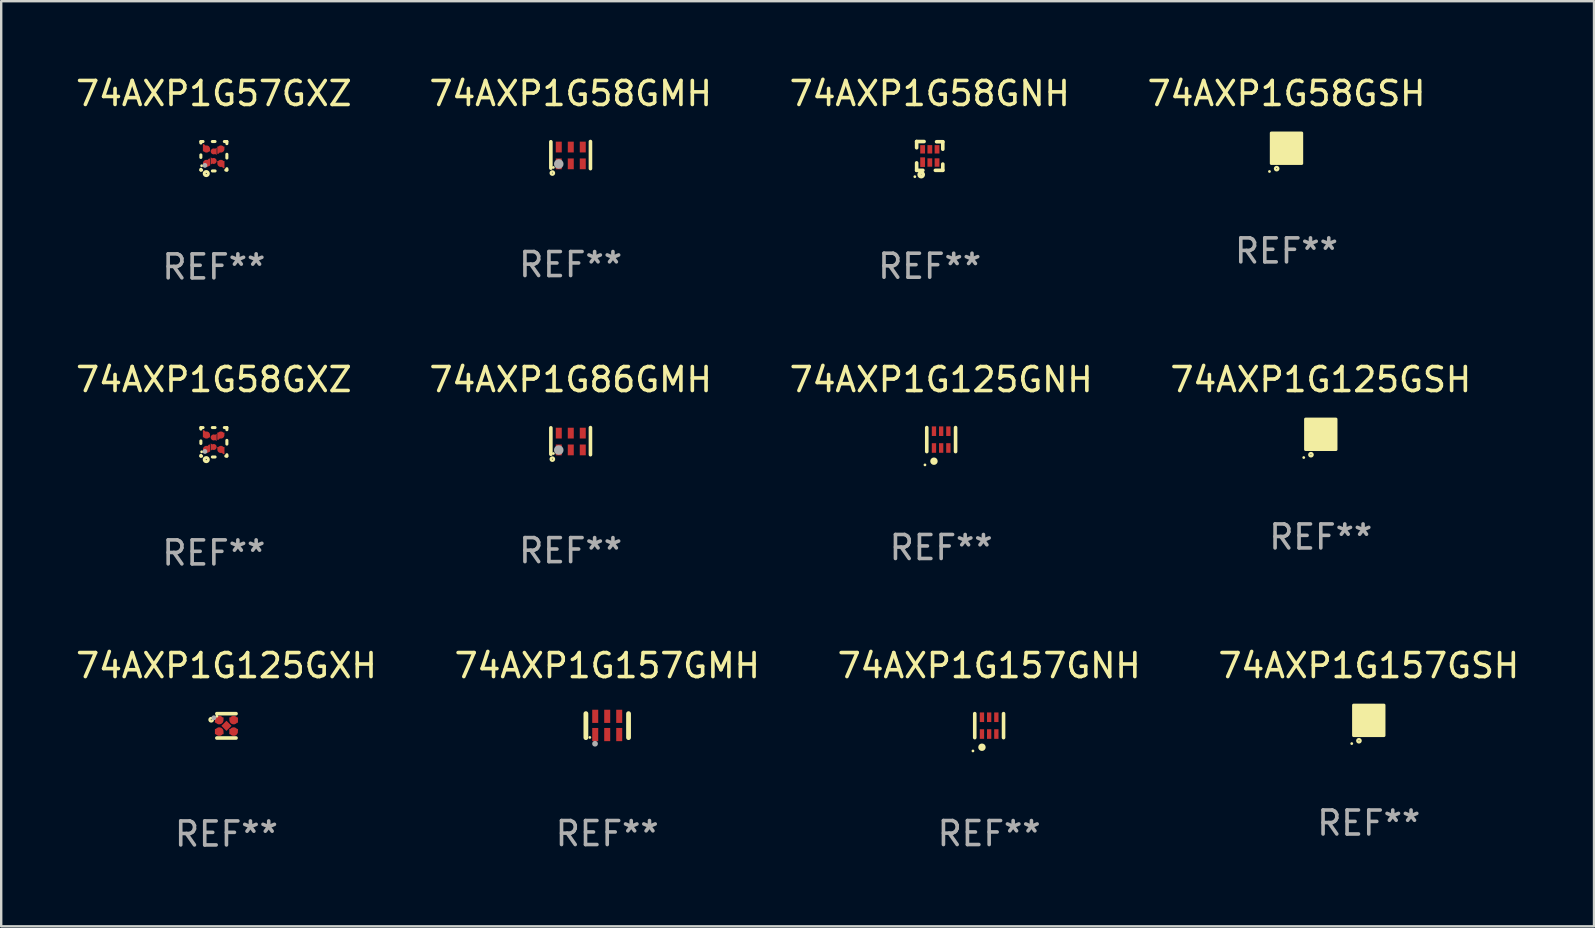
<source format=kicad_pcb>
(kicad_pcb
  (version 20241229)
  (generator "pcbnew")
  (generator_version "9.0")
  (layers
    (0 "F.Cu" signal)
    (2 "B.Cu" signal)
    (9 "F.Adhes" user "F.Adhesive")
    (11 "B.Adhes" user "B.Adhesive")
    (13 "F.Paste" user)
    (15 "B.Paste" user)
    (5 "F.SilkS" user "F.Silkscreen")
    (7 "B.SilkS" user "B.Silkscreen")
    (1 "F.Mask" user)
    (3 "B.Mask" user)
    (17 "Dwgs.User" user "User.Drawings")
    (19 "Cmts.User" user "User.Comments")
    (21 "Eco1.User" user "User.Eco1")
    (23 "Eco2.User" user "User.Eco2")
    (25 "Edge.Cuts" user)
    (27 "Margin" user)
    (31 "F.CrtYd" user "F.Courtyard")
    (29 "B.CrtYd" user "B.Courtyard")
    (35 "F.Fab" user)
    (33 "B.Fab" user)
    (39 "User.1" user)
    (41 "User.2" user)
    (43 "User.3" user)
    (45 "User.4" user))
  (footprint "74AXP1G58GXZ"
    (layer "F.Cu")
    (at 5.863 15.382)
    (property "Reference" "74AXP1G58GXZ" (at 0 -2.613 0) (layer "F.SilkS") (effects (font (size 1 1) (thickness 0.15))))
    (attr through_hole)
    (fp_line (start -0.542 -0.613) (end -0.451 -0.613) (stroke (width 0.127) (type solid)) (layer "F.SilkS"))
    (fp_line (start -0.542 -0.55) (end -0.542 -0.613) (stroke (width 0.127) (type solid)) (layer "F.SilkS"))
    (fp_line (start -0.542 0.05) (end -0.542 -0.055) (stroke (width 0.127) (type solid)) (layer "F.SilkS"))
    (fp_line (start -0.542 0.577) (end -0.542 0.545) (stroke (width 0.127) (type solid)) (layer "F.SilkS"))
    (fp_line (start -0.512 0.577) (end -0.542 0.577) (stroke (width 0.127) (type solid)) (layer "F.SilkS"))
    (fp_line (start -0.064 -0.613) (end 0.049 -0.613) (stroke (width 0.127) (type solid)) (layer "F.SilkS"))
    (fp_line (start -0.062 0.613) (end 0.051 0.613) (stroke (width 0.127) (type solid)) (layer "F.SilkS"))
    (fp_line (start 0.436 -0.613) (end 0.542 -0.613) (stroke (width 0.127) (type solid)) (layer "F.SilkS"))
    (fp_line (start 0.542 -0.613) (end 0.542 -0.524) (stroke (width 0.127) (type solid)) (layer "F.SilkS"))
    (fp_line (start 0.542 -0.081) (end 0.542 0.076) (stroke (width 0.127) (type solid)) (layer "F.SilkS"))
    (fp_line (start 0.542 0.519) (end 0.542 0.577) (stroke (width 0.127) (type solid)) (layer "F.SilkS"))
    (fp_line (start 0.542 0.577) (end 0.497 0.577) (stroke (width 0.127) (type solid)) (layer "F.SilkS"))
    (fp_circle (center -0.508 0.397) (end -0.478 0.397) (stroke (width 0.06) (type solid)) (fill no) (layer "F.SilkS"))
    (fp_circle (center -0.317 0.723) (end -0.296 0.723) (stroke (width 0.127) (type solid)) (fill no) (layer "F.SilkS"))
    (fp_circle (center -0.373 0.382) (end -0.322 0.382) (stroke (width 0.1) (type solid)) (fill no) (layer "F.Fab"))
    (fp_text user "REF**" (at 0 4.613 0) (layer "F.Fab") (effects (font (size 1 1) (thickness 0.15))))
    (pad "1" smd custom (at -0.308 0.298 90) (size 0.3 0.3) (layers "F.Cu" "F.Mask" "F.Paste") (options (anchor circle)) (primitives (gr_poly (pts (xy -0.1 0.15) (xy 0.2 0.15) (xy 0.2 0.1) (xy -0.05 -0.15) (xy -0.1 -0.15)) (width 0) (fill yes))))
    (pad "2" smd custom (at -0.008 0.197 90) (size 0.25 0.3) (layers "F.Cu" "F.Mask" "F.Paste") (options (anchor circle)) (primitives (gr_poly (pts (xy -0.15 -0.125) (xy 0.15 -0.125) (xy 0.000076 0.125)) (width 0) (fill yes))))
    (pad "3" smd custom (at 0.292 0.298 90) (size 0.3 0.3) (layers "F.Cu" "F.Mask" "F.Paste") (options (anchor circle)) (primitives (gr_poly (pts (xy 0.1 0.15) (xy 0.1 -0.15) (xy 0.05 -0.15) (xy -0.2 0.1) (xy -0.2 0.15)) (width 0) (fill yes))))
    (pad "4" smd custom (at 0.292 -0.302 90) (size 0.3 0.3) (layers "F.Cu" "F.Mask" "F.Paste") (options (anchor circle)) (primitives (gr_poly (pts (xy 0.1 -0.15) (xy -0.2 -0.15) (xy -0.2 -0.1) (xy 0.05 0.15) (xy 0.1 0.15)) (width 0) (fill yes))))
    (pad "5" smd custom (at -0.008 -0.202 90) (size 0.25 0.3) (layers "F.Cu" "F.Mask" "F.Paste") (options (anchor circle)) (primitives (gr_poly (pts (xy -0.15 0.125) (xy 0.15 0.125) (xy 0.000051 -0.125)) (width 0) (fill yes))))
    (pad "6" smd custom (at -0.308 -0.302 90) (size 0.3 0.3) (layers "F.Cu" "F.Mask" "F.Paste") (options (anchor circle)) (primitives (gr_poly (pts (xy -0.1 -0.15) (xy 0.2 -0.15) (xy 0.2 -0.1) (xy -0.05 0.15) (xy -0.1 0.15)) (width 0) (fill yes)))))
  (footprint "74AXP1G58GMH"
    (layer "F.Cu")
    (at 20.732 3.413)
    (property "Reference" "74AXP1G58GMH" (at 0 -2.565 0) (layer "F.SilkS") (effects (font (size 1 1) (thickness 0.15))))
    (attr through_hole)
    (fp_line (start -0.825 -0.555) (end -0.825 0.545) (stroke (width 0.15) (type solid)) (layer "F.SilkS"))
    (fp_line (start 0.825 -0.565) (end 0.825 0.565) (stroke (width 0.15) (type solid)) (layer "F.SilkS"))
    (fp_circle (center -0.763 0.749) (end -0.695 0.749) (stroke (width 0.1) (type solid)) (fill no) (layer "F.SilkS"))
    (fp_circle (center -0.72 0.515) (end -0.69 0.515) (stroke (width 0.06) (type solid)) (fill no) (layer "F.SilkS"))
    (fp_circle (center -0.496 0.371) (end -0.396 0.371) (stroke (width 0.2) (type solid)) (fill no) (layer "F.Fab"))
    (fp_text user "REF**" (at 0 4.565 0) (layer "F.Fab") (effects (font (size 1 1) (thickness 0.15))))
    (pad "1" smd rect (at -0.495 0.365) (size 0.25 0.45) (layers "F.Cu" "F.Mask" "F.Paste"))
    (pad "2" smd rect (at 0.005 0.365) (size 0.25 0.45) (layers "F.Cu" "F.Mask" "F.Paste"))
    (pad "3" smd rect (at 0.505 0.365) (size 0.25 0.45) (layers "F.Cu" "F.Mask" "F.Paste"))
    (pad "4" smd rect (at 0.505 -0.335) (size 0.25 0.45) (layers "F.Cu" "F.Mask" "F.Paste"))
    (pad "5" smd rect (at 0.005 -0.335) (size 0.25 0.45) (layers "F.Cu" "F.Mask" "F.Paste"))
    (pad "6" smd rect (at -0.495 -0.335) (size 0.25 0.45) (layers "F.Cu" "F.Mask" "F.Paste")))
  (footprint "74AXP1G157GMH"
    (layer "F.Cu")
    (at 22.256 27.191)
    (property "Reference" "74AXP1G157GMH" (at 0 -2.5 0) (layer "F.SilkS") (effects (font (size 1 1) (thickness 0.15))))
    (attr through_hole)
    (fp_line (start -0.889 0.5) (end -0.889 -0.5) (stroke (width 0.2) (type solid)) (layer "F.SilkS"))
    (fp_line (start 0.889 0.5) (end 0.889 -0.5) (stroke (width 0.2) (type solid)) (layer "F.SilkS"))
    (fp_circle (center -0.725 0.492) (end -0.695 0.492) (stroke (width 0.06) (type solid)) (fill no) (layer "F.SilkS"))
    (fp_circle (center -0.508 0.754) (end -0.448 0.754) (stroke (width 0.12) (type solid)) (fill no) (layer "F.Fab"))
    (fp_text user "REF**" (at 0 4.5 0) (layer "F.Fab") (effects (font (size 1 1) (thickness 0.15))))
    (pad "1" smd rect (at -0.5 0.372) (size 0.25 0.55) (layers "F.Cu" "F.Mask" "F.Paste"))
    (pad "2" smd rect (at -0.000127 0.372) (size 0.25 0.55) (layers "F.Cu" "F.Mask" "F.Paste"))
    (pad "3" smd rect (at 0.5 0.372) (size 0.25 0.55) (layers "F.Cu" "F.Mask" "F.Paste"))
    (pad "4" smd rect (at 0.5 -0.388 180) (size 0.25 0.55) (layers "F.Cu" "F.Mask" "F.Paste"))
    (pad "5" smd rect (at -0.000127 -0.388 180) (size 0.25 0.55) (layers "F.Cu" "F.Mask" "F.Paste"))
    (pad "6" smd rect (at -0.5 -0.388 180) (size 0.25 0.55) (layers "F.Cu" "F.Mask" "F.Paste")))
  (footprint "74AXP1G125GXH"
    (layer "F.Cu")
    (at 6.387 27.199)
    (property "Reference" "74AXP1G125GXH" (at 0 -2.508 0) (layer "F.SilkS") (effects (font (size 1 1) (thickness 0.15))))
    (attr through_hole)
    (fp_line (start 0.4 -0.508) (end -0.4 -0.508) (stroke (width 0.15) (type solid)) (layer "F.SilkS"))
    (fp_line (start 0.4 0.508) (end -0.4 0.508) (stroke (width 0.15) (type solid)) (layer "F.SilkS"))
    (fp_circle (center -0.635 -0.254) (end -0.615 -0.254) (stroke (width 0.1) (type solid)) (fill no) (layer "F.SilkS"))
    (fp_circle (center -0.401 -0.4) (end -0.371 -0.4) (stroke (width 0.06) (type solid)) (fill no) (layer "F.SilkS"))
    (fp_circle (center -0.523 -0.337) (end -0.473 -0.337) (stroke (width 0.1) (type solid)) (fill no) (layer "F.Fab"))
    (fp_text user "REF**" (at 0 4.508 0) (layer "F.Fab") (effects (font (size 1 1) (thickness 0.15))))
    (pad "1" smd custom (at -0.3 -0.24) (size 0.36 0.22) (layers "F.Cu" "F.Mask" "F.Paste") (options (anchor circle)) (primitives (gr_poly (pts (xy -0.18 -0.11) (xy -0.18 0.11) (xy 0.000127 0.11) (xy 0.18 -0.03) (xy 0.18 -0.11) (xy -0.18 -0.11)) (width 0) (fill yes))))
    (pad "2" smd custom (at -0.3 0.24) (size 0.36 0.22) (layers "F.Cu" "F.Mask" "F.Paste") (options (anchor circle)) (primitives (gr_poly (pts (xy -0.18 0.11) (xy -0.18 -0.11) (xy 0.000127 -0.11) (xy 0.18 0.03) (xy 0.18 0.11) (xy -0.18 0.11)) (width 0) (fill yes))))
    (pad "3" smd rect (at 0.000102 -0.000127 45) (size 0.3 0.3) (layers "F.Cu" "F.Mask" "F.Paste"))
    (pad "4" smd custom (at 0.3 0.24 180) (size 0.36 0.22) (layers "F.Cu" "F.Mask" "F.Paste") (options (anchor circle)) (primitives (gr_poly (pts (xy 0.18 0.11) (xy 0.18 -0.11) (xy -0.000178 -0.11) (xy -0.18 0.03) (xy -0.18 0.11) (xy 0.18 0.11)) (width 0) (fill yes))))
    (pad "5" smd custom (at 0.3 -0.24) (size 0.36 0.22) (layers "F.Cu" "F.Mask" "F.Paste") (options (anchor circle)) (primitives (gr_poly (pts (xy 0.18 -0.11) (xy 0.18 0.11) (xy -0.000152 0.11) (xy -0.18 -0.03) (xy -0.18 -0.11) (xy 0.18 -0.11)) (width 0) (fill yes)))))
  (footprint "74AXP1G157GNH"
    (layer "F.Cu")
    (at 38.173 27.191)
    (property "Reference" "74AXP1G157GNH" (at 0 -2.5 0) (layer "F.SilkS") (effects (font (size 1 1) (thickness 0.15))))
    (attr through_hole)
    (fp_line (start -0.6 -0.5) (end -0.6 0.5) (stroke (width 0.15) (type solid)) (layer "F.SilkS"))
    (fp_line (start 0.6 0.5) (end 0.6 -0.5) (stroke (width 0.15) (type solid)) (layer "F.SilkS"))
    (fp_circle (center -0.675 1.055) (end -0.645 1.055) (stroke (width 0.06) (type solid)) (fill no) (layer "F.SilkS"))
    (fp_circle (center -0.3 0.9) (end -0.22 0.9) (stroke (width 0.15) (type solid)) (fill no) (layer "F.SilkS"))
    (fp_text user "REF**" (at 0 4.5 0) (layer "F.Fab") (effects (font (size 1 1) (thickness 0.15))))
    (pad "1" smd rect (at -0.3 0.35) (size 0.18 0.4) (layers "F.Cu" "F.Mask" "F.Paste"))
    (pad "2" smd rect (at 0.000025 0.35) (size 0.18 0.4) (layers "F.Cu" "F.Mask" "F.Paste"))
    (pad "3" smd rect (at 0.3 0.35) (size 0.18 0.4) (layers "F.Cu" "F.Mask" "F.Paste"))
    (pad "4" smd rect (at 0.3 -0.35) (size 0.18 0.4) (layers "F.Cu" "F.Mask" "F.Paste"))
    (pad "5" smd rect (at 0.000025 -0.35) (size 0.18 0.4) (layers "F.Cu" "F.Mask" "F.Paste"))
    (pad "6" smd rect (at -0.3 -0.35) (size 0.18 0.4) (layers "F.Cu" "F.Mask" "F.Paste")))
  (footprint "74AXP1G86GMH"
    (layer "F.Cu")
    (at 20.732 15.335)
    (property "Reference" "74AXP1G86GMH" (at 0 -2.565 0) (layer "F.SilkS") (effects (font (size 1 1) (thickness 0.15))))
    (attr through_hole)
    (fp_line (start -0.825 -0.555) (end -0.825 0.545) (stroke (width 0.15) (type solid)) (layer "F.SilkS"))
    (fp_line (start 0.825 -0.565) (end 0.825 0.565) (stroke (width 0.15) (type solid)) (layer "F.SilkS"))
    (fp_circle (center -0.763 0.749) (end -0.695 0.749) (stroke (width 0.1) (type solid)) (fill no) (layer "F.SilkS"))
    (fp_circle (center -0.72 0.515) (end -0.69 0.515) (stroke (width 0.06) (type solid)) (fill no) (layer "F.SilkS"))
    (fp_circle (center -0.496 0.371) (end -0.396 0.371) (stroke (width 0.2) (type solid)) (fill no) (layer "F.Fab"))
    (fp_text user "REF**" (at 0 4.565 0) (layer "F.Fab") (effects (font (size 1 1) (thickness 0.15))))
    (pad "1" smd rect (at -0.495 0.365) (size 0.25 0.45) (layers "F.Cu" "F.Mask" "F.Paste"))
    (pad "2" smd rect (at 0.005 0.365) (size 0.25 0.45) (layers "F.Cu" "F.Mask" "F.Paste"))
    (pad "3" smd rect (at 0.505 0.365) (size 0.25 0.45) (layers "F.Cu" "F.Mask" "F.Paste"))
    (pad "4" smd rect (at 0.505 -0.335) (size 0.25 0.45) (layers "F.Cu" "F.Mask" "F.Paste"))
    (pad "5" smd rect (at 0.005 -0.335) (size 0.25 0.45) (layers "F.Cu" "F.Mask" "F.Paste"))
    (pad "6" smd rect (at -0.495 -0.335) (size 0.25 0.45) (layers "F.Cu" "F.Mask" "F.Paste")))
  (footprint "74AXP1G57GXZ"
    (layer "F.Cu")
    (at 5.863 3.461)
    (property "Reference" "74AXP1G57GXZ" (at 0 -2.613 0) (layer "F.SilkS") (effects (font (size 1 1) (thickness 0.15))))
    (attr through_hole)
    (fp_line (start -0.542 -0.613) (end -0.451 -0.613) (stroke (width 0.127) (type solid)) (layer "F.SilkS"))
    (fp_line (start -0.542 -0.55) (end -0.542 -0.613) (stroke (width 0.127) (type solid)) (layer "F.SilkS"))
    (fp_line (start -0.542 0.05) (end -0.542 -0.055) (stroke (width 0.127) (type solid)) (layer "F.SilkS"))
    (fp_line (start -0.542 0.577) (end -0.542 0.545) (stroke (width 0.127) (type solid)) (layer "F.SilkS"))
    (fp_line (start -0.512 0.577) (end -0.542 0.577) (stroke (width 0.127) (type solid)) (layer "F.SilkS"))
    (fp_line (start -0.064 -0.613) (end 0.049 -0.613) (stroke (width 0.127) (type solid)) (layer "F.SilkS"))
    (fp_line (start -0.062 0.613) (end 0.051 0.613) (stroke (width 0.127) (type solid)) (layer "F.SilkS"))
    (fp_line (start 0.436 -0.613) (end 0.542 -0.613) (stroke (width 0.127) (type solid)) (layer "F.SilkS"))
    (fp_line (start 0.542 -0.613) (end 0.542 -0.524) (stroke (width 0.127) (type solid)) (layer "F.SilkS"))
    (fp_line (start 0.542 -0.081) (end 0.542 0.076) (stroke (width 0.127) (type solid)) (layer "F.SilkS"))
    (fp_line (start 0.542 0.519) (end 0.542 0.577) (stroke (width 0.127) (type solid)) (layer "F.SilkS"))
    (fp_line (start 0.542 0.577) (end 0.497 0.577) (stroke (width 0.127) (type solid)) (layer "F.SilkS"))
    (fp_circle (center -0.508 0.397) (end -0.478 0.397) (stroke (width 0.06) (type solid)) (fill no) (layer "F.SilkS"))
    (fp_circle (center -0.317 0.723) (end -0.296 0.723) (stroke (width 0.127) (type solid)) (fill no) (layer "F.SilkS"))
    (fp_circle (center -0.373 0.382) (end -0.322 0.382) (stroke (width 0.1) (type solid)) (fill no) (layer "F.Fab"))
    (fp_text user "REF**" (at 0 4.613 0) (layer "F.Fab") (effects (font (size 1 1) (thickness 0.15))))
    (pad "1" smd custom (at -0.308 0.298 90) (size 0.3 0.3) (layers "F.Cu" "F.Mask" "F.Paste") (options (anchor circle)) (primitives (gr_poly (pts (xy -0.1 0.15) (xy 0.2 0.15) (xy 0.2 0.1) (xy -0.05 -0.15) (xy -0.1 -0.15)) (width 0) (fill yes))))
    (pad "2" smd custom (at -0.008 0.197 90) (size 0.25 0.3) (layers "F.Cu" "F.Mask" "F.Paste") (options (anchor circle)) (primitives (gr_poly (pts (xy -0.15 -0.125) (xy 0.15 -0.125) (xy 0.000076 0.125)) (width 0) (fill yes))))
    (pad "3" smd custom (at 0.292 0.298 90) (size 0.3 0.3) (layers "F.Cu" "F.Mask" "F.Paste") (options (anchor circle)) (primitives (gr_poly (pts (xy 0.1 0.15) (xy 0.1 -0.15) (xy 0.05 -0.15) (xy -0.2 0.1) (xy -0.2 0.15)) (width 0) (fill yes))))
    (pad "4" smd custom (at 0.292 -0.302 90) (size 0.3 0.3) (layers "F.Cu" "F.Mask" "F.Paste") (options (anchor circle)) (primitives (gr_poly (pts (xy 0.1 -0.15) (xy -0.2 -0.15) (xy -0.2 -0.1) (xy 0.05 0.15) (xy 0.1 0.15)) (width 0) (fill yes))))
    (pad "5" smd custom (at -0.008 -0.202 90) (size 0.25 0.3) (layers "F.Cu" "F.Mask" "F.Paste") (options (anchor circle)) (primitives (gr_poly (pts (xy -0.15 0.125) (xy 0.15 0.125) (xy 0.000051 -0.125)) (width 0) (fill yes))))
    (pad "6" smd custom (at -0.308 -0.302 90) (size 0.3 0.3) (layers "F.Cu" "F.Mask" "F.Paste") (options (anchor circle)) (primitives (gr_poly (pts (xy -0.1 -0.15) (xy 0.2 -0.15) (xy 0.2 -0.1) (xy -0.05 0.15) (xy -0.1 0.15)) (width 0) (fill yes)))))
  (footprint "74AXP1G157GSH"
    (layer "F.Cu")
    (at 53.994 26.971)
    (property "Reference" "74AXP1G157GSH" (at 0 -2.28 0) (layer "F.SilkS") (effects (font (size 1 1) (thickness 0.15))))
    (attr through_hole)
    (fp_circle (center -0.71 0.968) (end -0.68 0.968) (stroke (width 0.06) (type solid)) (fill no) (layer "F.SilkS"))
    (fp_circle (center -0.41 0.85) (end -0.342 0.85) (stroke (width 0.1) (type solid)) (fill no) (layer "F.SilkS"))
    (fp_poly (pts (xy -0.635 -0.635) (xy 0.635 -0.635) (xy 0.635 0.635) (xy -0.635 0.635)) (stroke (width 0.12) (type solid)) (fill yes) (layer "F.SilkS"))
    (fp_text user "REF**" (at 0 4.28 0) (layer "F.Fab") (effects (font (size 1 1) (thickness 0.15))))
    (pad "1" smd rect (at -0.35 0.28 90) (size 0.35 0.2) (layers "F.Cu" "F.Mask" "F.Paste"))
    (pad "2" smd rect (at 0 0.28 90) (size 0.35 0.2) (layers "F.Cu" "F.Mask" "F.Paste"))
    (pad "3" smd rect (at 0.35 0.28 90) (size 0.35 0.2) (layers "F.Cu" "F.Mask" "F.Paste"))
    (pad "4" smd rect (at 0.35 -0.28 90) (size 0.35 0.2) (layers "F.Cu" "F.Mask" "F.Paste"))
    (pad "5" smd rect (at 0 -0.28 90) (size 0.35 0.2) (layers "F.Cu" "F.Mask" "F.Paste"))
    (pad "6" smd rect (at -0.35 -0.28 90) (size 0.35 0.2) (layers "F.Cu" "F.Mask" "F.Paste")))
  (footprint "74AXP1G125GNH"
    (layer "F.Cu")
    (at 36.173 15.27)
    (property "Reference" "74AXP1G125GNH" (at 0 -2.5 0) (layer "F.SilkS") (effects (font (size 1 1) (thickness 0.15))))
    (attr through_hole)
    (fp_line (start -0.6 -0.5) (end -0.6 0.5) (stroke (width 0.15) (type solid)) (layer "F.SilkS"))
    (fp_line (start 0.6 0.5) (end 0.6 -0.5) (stroke (width 0.15) (type solid)) (layer "F.SilkS"))
    (fp_circle (center -0.675 1.055) (end -0.645 1.055) (stroke (width 0.06) (type solid)) (fill no) (layer "F.SilkS"))
    (fp_circle (center -0.3 0.9) (end -0.22 0.9) (stroke (width 0.15) (type solid)) (fill no) (layer "F.SilkS"))
    (fp_text user "REF**" (at 0 4.5 0) (layer "F.Fab") (effects (font (size 1 1) (thickness 0.15))))
    (pad "1" smd rect (at -0.3 0.35) (size 0.18 0.4) (layers "F.Cu" "F.Mask" "F.Paste"))
    (pad "2" smd rect (at 0.000025 0.35) (size 0.18 0.4) (layers "F.Cu" "F.Mask" "F.Paste"))
    (pad "3" smd rect (at 0.3 0.35) (size 0.18 0.4) (layers "F.Cu" "F.Mask" "F.Paste"))
    (pad "4" smd rect (at 0.3 -0.35) (size 0.18 0.4) (layers "F.Cu" "F.Mask" "F.Paste"))
    (pad "5" smd rect (at 0.000025 -0.35) (size 0.18 0.4) (layers "F.Cu" "F.Mask" "F.Paste"))
    (pad "6" smd rect (at -0.3 -0.35) (size 0.18 0.4) (layers "F.Cu" "F.Mask" "F.Paste")))
  (footprint "74AXP1G58GNH"
    (layer "F.Cu")
    (at 35.696 3.448)
    (property "Reference" "74AXP1G58GNH" (at 0 -2.6 0) (layer "F.SilkS") (effects (font (size 1 1) (thickness 0.15))))
    (attr through_hole)
    (fp_line (start -0.545 -0.6) (end -0.235 -0.6) (stroke (width 0.15) (type solid)) (layer "F.SilkS"))
    (fp_line (start -0.545 -0.34) (end -0.545 -0.6) (stroke (width 0.15) (type solid)) (layer "F.SilkS"))
    (fp_line (start -0.545 0.6) (end -0.545 0.29) (stroke (width 0.15) (type solid)) (layer "F.SilkS"))
    (fp_line (start -0.285 0.6) (end -0.545 0.6) (stroke (width 0.15) (type solid)) (layer "F.SilkS"))
    (fp_line (start 0.285 -0.59) (end 0.545 -0.59) (stroke (width 0.15) (type solid)) (layer "F.SilkS"))
    (fp_line (start 0.545 -0.59) (end 0.545 -0.28) (stroke (width 0.15) (type solid)) (layer "F.SilkS"))
    (fp_line (start 0.545 0.34) (end 0.545 0.6) (stroke (width 0.15) (type solid)) (layer "F.SilkS"))
    (fp_line (start 0.545 0.6) (end 0.235 0.6) (stroke (width 0.15) (type solid)) (layer "F.SilkS"))
    (fp_circle (center -0.62 0.865) (end -0.59 0.865) (stroke (width 0.06) (type solid)) (fill no) (layer "F.SilkS"))
    (fp_circle (center -0.355 0.78) (end -0.345 0.78) (stroke (width 0.15) (type solid)) (fill no) (layer "F.SilkS"))
    (fp_text user "REF**" (at 0 4.6 0) (layer "F.Fab") (effects (font (size 1 1) (thickness 0.15))))
    (pad "1" smd rect (at -0.295 0.26) (size 0.2 0.4) (layers "F.Cu" "F.Mask" "F.Paste"))
    (pad "2" smd rect (at 0.005 0.275) (size 0.2 0.35) (layers "F.Cu" "F.Mask" "F.Paste"))
    (pad "3" smd rect (at 0.305 0.275) (size 0.2 0.35) (layers "F.Cu" "F.Mask" "F.Paste"))
    (pad "4" smd rect (at 0.305 -0.275) (size 0.2 0.35) (layers "F.Cu" "F.Mask" "F.Paste"))
    (pad "5" smd rect (at 0.005 -0.275) (size 0.2 0.35) (layers "F.Cu" "F.Mask" "F.Paste"))
    (pad "6" smd rect (at -0.295 -0.275) (size 0.2 0.35) (layers "F.Cu" "F.Mask" "F.Paste")))
  (footprint "74AXP1G125GSH"
    (layer "F.Cu")
    (at 51.994 15.05)
    (property "Reference" "74AXP1G125GSH" (at 0 -2.28 0) (layer "F.SilkS") (effects (font (size 1 1) (thickness 0.15))))
    (attr through_hole)
    (fp_circle (center -0.71 0.968) (end -0.68 0.968) (stroke (width 0.06) (type solid)) (fill no) (layer "F.SilkS"))
    (fp_circle (center -0.41 0.85) (end -0.342 0.85) (stroke (width 0.1) (type solid)) (fill no) (layer "F.SilkS"))
    (fp_poly (pts (xy -0.635 -0.635) (xy 0.635 -0.635) (xy 0.635 0.635) (xy -0.635 0.635)) (stroke (width 0.12) (type solid)) (fill yes) (layer "F.SilkS"))
    (fp_text user "REF**" (at 0 4.28 0) (layer "F.Fab") (effects (font (size 1 1) (thickness 0.15))))
    (pad "1" smd rect (at -0.35 0.28 90) (size 0.35 0.2) (layers "F.Cu" "F.Mask" "F.Paste"))
    (pad "2" smd rect (at 0 0.28 90) (size 0.35 0.2) (layers "F.Cu" "F.Mask" "F.Paste"))
    (pad "3" smd rect (at 0.35 0.28 90) (size 0.35 0.2) (layers "F.Cu" "F.Mask" "F.Paste"))
    (pad "4" smd rect (at 0.35 -0.28 90) (size 0.35 0.2) (layers "F.Cu" "F.Mask" "F.Paste"))
    (pad "5" smd rect (at 0 -0.28 90) (size 0.35 0.2) (layers "F.Cu" "F.Mask" "F.Paste"))
    (pad "6" smd rect (at -0.35 -0.28 90) (size 0.35 0.2) (layers "F.Cu" "F.Mask" "F.Paste")))
  (footprint "74AXP1G58GSH"
    (layer "F.Cu")
    (at 50.565 3.128)
    (property "Reference" "74AXP1G58GSH" (at 0 -2.28 0) (layer "F.SilkS") (effects (font (size 1 1) (thickness 0.15))))
    (attr through_hole)
    (fp_circle (center -0.71 0.968) (end -0.68 0.968) (stroke (width 0.06) (type solid)) (fill no) (layer "F.SilkS"))
    (fp_circle (center -0.41 0.85) (end -0.342 0.85) (stroke (width 0.1) (type solid)) (fill no) (layer "F.SilkS"))
    (fp_poly (pts (xy -0.635 -0.635) (xy 0.635 -0.635) (xy 0.635 0.635) (xy -0.635 0.635)) (stroke (width 0.12) (type solid)) (fill yes) (layer "F.SilkS"))
    (fp_text user "REF**" (at 0 4.28 0) (layer "F.Fab") (effects (font (size 1 1) (thickness 0.15))))
    (pad "1" smd rect (at -0.35 0.28 90) (size 0.35 0.2) (layers "F.Cu" "F.Mask" "F.Paste"))
    (pad "2" smd rect (at 0 0.28 90) (size 0.35 0.2) (layers "F.Cu" "F.Mask" "F.Paste"))
    (pad "3" smd rect (at 0.35 0.28 90) (size 0.35 0.2) (layers "F.Cu" "F.Mask" "F.Paste"))
    (pad "4" smd rect (at 0.35 -0.28 90) (size 0.35 0.2) (layers "F.Cu" "F.Mask" "F.Paste"))
    (pad "5" smd rect (at 0 -0.28 90) (size 0.35 0.2) (layers "F.Cu" "F.Mask" "F.Paste"))
    (pad "6" smd rect (at -0.35 -0.28 90) (size 0.35 0.2) (layers "F.Cu" "F.Mask" "F.Paste")))
  (gr_rect
    (start -3 -3)
    (end 63.381 35.556)
    (stroke (width 0.1) (type default))
    (fill no)
    (layer "Edge.Cuts")))
</source>
